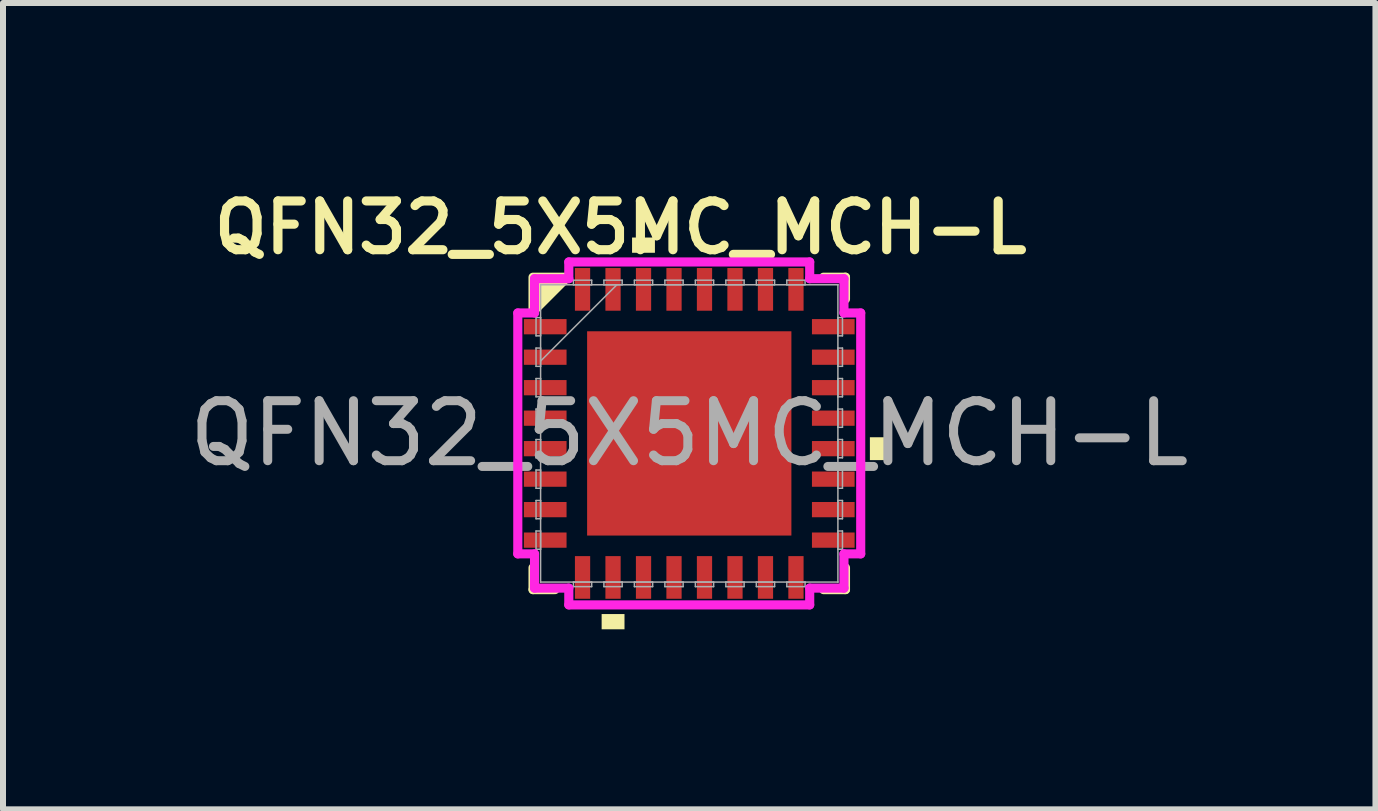
<source format=kicad_pcb>
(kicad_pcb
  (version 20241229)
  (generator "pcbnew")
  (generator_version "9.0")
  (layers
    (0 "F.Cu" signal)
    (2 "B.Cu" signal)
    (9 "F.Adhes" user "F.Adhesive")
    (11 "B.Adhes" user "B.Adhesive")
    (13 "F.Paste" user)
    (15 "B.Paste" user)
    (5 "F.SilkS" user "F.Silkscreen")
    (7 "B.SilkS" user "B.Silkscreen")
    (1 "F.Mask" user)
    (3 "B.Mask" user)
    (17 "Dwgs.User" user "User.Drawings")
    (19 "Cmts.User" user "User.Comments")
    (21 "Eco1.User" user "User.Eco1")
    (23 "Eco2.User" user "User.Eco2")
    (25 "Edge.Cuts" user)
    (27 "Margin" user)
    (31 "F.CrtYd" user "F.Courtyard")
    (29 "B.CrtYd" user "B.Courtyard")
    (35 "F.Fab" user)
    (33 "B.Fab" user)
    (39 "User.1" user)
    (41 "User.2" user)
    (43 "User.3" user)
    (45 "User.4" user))
  (footprint "QFN32_5X5MC_MCH-L"
    (layer "F.Cu")
    (at 8.435 4.172)
    (property "Reference" "QFN32_5X5MC_MCH-L" (at -1.143 -3.429 0) (unlocked yes) (layer "F.SilkS") (effects (font (size 0.813 0.813) (thickness 0.152) (bold yes))))
    (attr smd)
    (fp_poly (pts (xy -1.765 -1.765) (xy -1.381 -1.765) (xy -1.381 1.765) (xy -1.765 1.765)) (stroke (width 0) (type solid)) (fill yes) (layer "F.Mask"))
    (fp_poly (pts (xy -1.765 -1.765) (xy 1.765 -1.765) (xy 1.765 -1.381) (xy -1.765 -1.381)) (stroke (width 0) (type solid)) (fill yes) (layer "F.Mask"))
    (fp_poly (pts (xy -1.765 -0.981) (xy 1.765 -0.981) (xy 1.765 -0.594) (xy -1.765 -0.594)) (stroke (width 0) (type solid)) (fill yes) (layer "F.Mask"))
    (fp_poly (pts (xy -1.765 -0.194) (xy 1.765 -0.194) (xy 1.765 0.194) (xy -1.765 0.194)) (stroke (width 0) (type solid)) (fill yes) (layer "F.Mask"))
    (fp_poly (pts (xy -1.765 0.594) (xy 1.765 0.594) (xy 1.765 0.981) (xy -1.765 0.981)) (stroke (width 0) (type solid)) (fill yes) (layer "F.Mask"))
    (fp_poly (pts (xy -1.765 1.381) (xy 1.765 1.381) (xy 1.765 1.765) (xy -1.765 1.765)) (stroke (width 0) (type solid)) (fill yes) (layer "F.Mask"))
    (fp_poly (pts (xy -0.594 -1.765) (xy -0.981 -1.765) (xy -0.981 1.765) (xy -0.594 1.765)) (stroke (width 0) (type solid)) (fill yes) (layer "F.Mask"))
    (fp_poly (pts (xy 0.194 -1.765) (xy -0.194 -1.765) (xy -0.194 1.765) (xy 0.194 1.765)) (stroke (width 0) (type solid)) (fill yes) (layer "F.Mask"))
    (fp_poly (pts (xy 0.981 -1.765) (xy 0.594 -1.765) (xy 0.594 1.765) (xy 0.981 1.765)) (stroke (width 0) (type solid)) (fill yes) (layer "F.Mask"))
    (fp_poly (pts (xy 1.381 -1.765) (xy 1.765 -1.765) (xy 1.765 1.765) (xy 1.381 1.765)) (stroke (width 0) (type solid)) (fill yes) (layer "F.Mask"))
    (fp_line (start -2.603 2.238) (end -2.603 2.603) (stroke (width 0.152) (type solid)) (layer "F.SilkS"))
    (fp_line (start -2.603 2.603) (end -2.238 2.603) (stroke (width 0.152) (type solid)) (layer "F.SilkS"))
    (fp_line (start 2.238 2.603) (end 2.603 2.603) (stroke (width 0.152) (type solid)) (layer "F.SilkS"))
    (fp_line (start 2.603 -2.603) (end 2.238 -2.603) (stroke (width 0.152) (type solid)) (layer "F.SilkS"))
    (fp_line (start 2.603 -2.238) (end 2.603 -2.603) (stroke (width 0.152) (type solid)) (layer "F.SilkS"))
    (fp_line (start 2.603 2.603) (end 2.603 2.238) (stroke (width 0.152) (type solid)) (layer "F.SilkS"))
    (fp_poly (pts (xy -2.032 -2.603) (xy -2.603 -2.032) (xy -2.603 -2.603)) (stroke (width 0.152) (type solid)) (fill yes) (layer "F.SilkS"))
    (fp_poly (pts (xy -1.46 3.01) (xy -1.46 3.264) (xy -1.079 3.264) (xy -1.079 3.01)) (stroke (width 0) (type solid)) (fill yes) (layer "F.SilkS"))
    (fp_poly (pts (xy -0.953 -3.01) (xy -0.953 -3.264) (xy -0.572 -3.264) (xy -0.572 -3.01)) (stroke (width 0) (type solid)) (fill yes) (layer "F.SilkS"))
    (fp_poly (pts (xy 3.264 0.064) (xy 3.264 0.445) (xy 3.01 0.445) (xy 3.01 0.064)) (stroke (width 0) (type solid)) (fill yes) (layer "F.SilkS"))
    (fp_poly (pts (xy -1.627 -1.627) (xy -1.627 -1.281) (xy -1.423 -1.281) (xy -1.281 -1.423) (xy -1.281 -1.627)) (stroke (width 0) (type solid)) (fill yes) (layer "F.Paste"))
    (fp_poly (pts (xy -1.627 1.281) (xy -1.627 1.627) (xy -1.281 1.627) (xy -1.281 1.423) (xy -1.423 1.281)) (stroke (width 0) (type solid)) (fill yes) (layer "F.Paste"))
    (fp_poly (pts (xy 1.281 -1.627) (xy 1.281 -1.423) (xy 1.423 -1.281) (xy 1.627 -1.281) (xy 1.627 -1.627)) (stroke (width 0) (type solid)) (fill yes) (layer "F.Paste"))
    (fp_poly (pts (xy 1.423 1.281) (xy 1.281 1.423) (xy 1.281 1.627) (xy 1.627 1.627) (xy 1.627 1.281)) (stroke (width 0) (type solid)) (fill yes) (layer "F.Paste"))
    (fp_poly (pts (xy -1.627 -1.081) (xy -1.627 -0.494) (xy -1.423 -0.494) (xy -1.281 -0.635) (xy -1.281 -0.94) (xy -1.423 -1.081)) (stroke (width 0) (type solid)) (fill yes) (layer "F.Paste"))
    (fp_poly (pts (xy -1.627 -0.294) (xy -1.627 0.294) (xy -1.423 0.294) (xy -1.281 0.152) (xy -1.281 -0.152) (xy -1.423 -0.294)) (stroke (width 0) (type solid)) (fill yes) (layer "F.Paste"))
    (fp_poly (pts (xy -1.627 0.494) (xy -1.627 1.081) (xy -1.423 1.081) (xy -1.281 0.94) (xy -1.281 0.635) (xy -1.423 0.494)) (stroke (width 0) (type solid)) (fill yes) (layer "F.Paste"))
    (fp_poly (pts (xy -1.081 -1.627) (xy -1.081 -1.423) (xy -0.94 -1.281) (xy -0.635 -1.281) (xy -0.494 -1.423) (xy -0.494 -1.627)) (stroke (width 0) (type solid)) (fill yes) (layer "F.Paste"))
    (fp_poly (pts (xy -0.94 1.281) (xy -1.081 1.423) (xy -1.081 1.627) (xy -0.494 1.627) (xy -0.494 1.423) (xy -0.635 1.281)) (stroke (width 0) (type solid)) (fill yes) (layer "F.Paste"))
    (fp_poly (pts (xy -0.294 -1.627) (xy -0.294 -1.423) (xy -0.152 -1.281) (xy 0.152 -1.281) (xy 0.294 -1.423) (xy 0.294 -1.627)) (stroke (width 0) (type solid)) (fill yes) (layer "F.Paste"))
    (fp_poly (pts (xy -0.152 1.281) (xy -0.294 1.423) (xy -0.294 1.627) (xy 0.294 1.627) (xy 0.294 1.423) (xy 0.152 1.281)) (stroke (width 0) (type solid)) (fill yes) (layer "F.Paste"))
    (fp_poly (pts (xy 0.494 -1.627) (xy 0.494 -1.423) (xy 0.635 -1.281) (xy 0.94 -1.281) (xy 1.081 -1.423) (xy 1.081 -1.627)) (stroke (width 0) (type solid)) (fill yes) (layer "F.Paste"))
    (fp_poly (pts (xy 0.635 1.281) (xy 0.494 1.423) (xy 0.494 1.627) (xy 1.081 1.627) (xy 1.081 1.423) (xy 0.94 1.281)) (stroke (width 0) (type solid)) (fill yes) (layer "F.Paste"))
    (fp_poly (pts (xy 1.423 -1.081) (xy 1.281 -0.94) (xy 1.281 -0.635) (xy 1.423 -0.494) (xy 1.627 -0.494) (xy 1.627 -1.081)) (stroke (width 0) (type solid)) (fill yes) (layer "F.Paste"))
    (fp_poly (pts (xy 1.423 -0.294) (xy 1.281 -0.152) (xy 1.281 0.152) (xy 1.423 0.294) (xy 1.627 0.294) (xy 1.627 -0.294)) (stroke (width 0) (type solid)) (fill yes) (layer "F.Paste"))
    (fp_poly (pts (xy 1.423 0.494) (xy 1.281 0.635) (xy 1.281 0.94) (xy 1.423 1.081) (xy 1.627 1.081) (xy 1.627 0.494)) (stroke (width 0) (type solid)) (fill yes) (layer "F.Paste"))
    (fp_poly (pts (xy -0.94 -1.081) (xy -1.081 -0.94) (xy -1.081 -0.635) (xy -0.94 -0.494) (xy -0.635 -0.494) (xy -0.494 -0.635) (xy -0.494 -0.94) (xy -0.635 -1.081)) (stroke (width 0) (type solid)) (fill yes) (layer "F.Paste"))
    (fp_poly (pts (xy -0.94 -0.294) (xy -1.081 -0.152) (xy -1.081 0.152) (xy -0.94 0.294) (xy -0.635 0.294) (xy -0.494 0.152) (xy -0.494 -0.152) (xy -0.635 -0.294)) (stroke (width 0) (type solid)) (fill yes) (layer "F.Paste"))
    (fp_poly (pts (xy -0.94 0.494) (xy -1.081 0.635) (xy -1.081 0.94) (xy -0.94 1.081) (xy -0.635 1.081) (xy -0.494 0.94) (xy -0.494 0.635) (xy -0.635 0.494)) (stroke (width 0) (type solid)) (fill yes) (layer "F.Paste"))
    (fp_poly (pts (xy -0.152 -1.081) (xy -0.294 -0.94) (xy -0.294 -0.635) (xy -0.152 -0.494) (xy 0.152 -0.494) (xy 0.294 -0.635) (xy 0.294 -0.94) (xy 0.152 -1.081)) (stroke (width 0) (type solid)) (fill yes) (layer "F.Paste"))
    (fp_poly (pts (xy -0.152 -0.294) (xy -0.294 -0.152) (xy -0.294 0.152) (xy -0.152 0.294) (xy 0.152 0.294) (xy 0.294 0.152) (xy 0.294 -0.152) (xy 0.152 -0.294)) (stroke (width 0) (type solid)) (fill yes) (layer "F.Paste"))
    (fp_poly (pts (xy -0.152 0.494) (xy -0.294 0.635) (xy -0.294 0.94) (xy -0.152 1.081) (xy 0.152 1.081) (xy 0.294 0.94) (xy 0.294 0.635) (xy 0.152 0.494)) (stroke (width 0) (type solid)) (fill yes) (layer "F.Paste"))
    (fp_poly (pts (xy 0.635 -1.081) (xy 0.494 -0.94) (xy 0.494 -0.635) (xy 0.635 -0.494) (xy 0.94 -0.494) (xy 1.081 -0.635) (xy 1.081 -0.94) (xy 0.94 -1.081)) (stroke (width 0) (type solid)) (fill yes) (layer "F.Paste"))
    (fp_poly (pts (xy 0.635 -0.294) (xy 0.494 -0.152) (xy 0.494 0.152) (xy 0.635 0.294) (xy 0.94 0.294) (xy 1.081 0.152) (xy 1.081 -0.152) (xy 0.94 -0.294)) (stroke (width 0) (type solid)) (fill yes) (layer "F.Paste"))
    (fp_poly (pts (xy 0.635 0.494) (xy 0.494 0.635) (xy 0.494 0.94) (xy 0.635 1.081) (xy 0.94 1.081) (xy 1.081 0.94) (xy 1.081 0.635) (xy 0.94 0.494)) (stroke (width 0) (type solid)) (fill yes) (layer "F.Paste"))
    (fp_circle (center -1.181 -1.181) (end -0.8 -1.181) (stroke (width 0.254) (type solid)) (fill no) (layer "Eco1.User"))
    (fp_circle (center -1.181 -0.394) (end -0.8 -0.394) (stroke (width 0.254) (type solid)) (fill no) (layer "Eco1.User"))
    (fp_circle (center -1.181 0.394) (end -0.8 0.394) (stroke (width 0.254) (type solid)) (fill no) (layer "Eco1.User"))
    (fp_circle (center -1.181 1.181) (end -0.8 1.181) (stroke (width 0.254) (type solid)) (fill no) (layer "Eco1.User"))
    (fp_circle (center -0.394 -1.181) (end -0.013 -1.181) (stroke (width 0.254) (type solid)) (fill no) (layer "Eco1.User"))
    (fp_circle (center -0.394 -0.394) (end -0.013 -0.394) (stroke (width 0.254) (type solid)) (fill no) (layer "Eco1.User"))
    (fp_circle (center -0.394 0.394) (end -0.013 0.394) (stroke (width 0.254) (type solid)) (fill no) (layer "Eco1.User"))
    (fp_circle (center -0.394 1.181) (end -0.013 1.181) (stroke (width 0.254) (type solid)) (fill no) (layer "Eco1.User"))
    (fp_circle (center 0.394 -1.181) (end 0.775 -1.181) (stroke (width 0.254) (type solid)) (fill no) (layer "Eco1.User"))
    (fp_circle (center 0.394 -0.394) (end 0.775 -0.394) (stroke (width 0.254) (type solid)) (fill no) (layer "Eco1.User"))
    (fp_circle (center 0.394 0.394) (end 0.775 0.394) (stroke (width 0.254) (type solid)) (fill no) (layer "Eco1.User"))
    (fp_circle (center 0.394 1.181) (end 0.775 1.181) (stroke (width 0.254) (type solid)) (fill no) (layer "Eco1.User"))
    (fp_circle (center 1.181 -1.181) (end 1.562 -1.181) (stroke (width 0.254) (type solid)) (fill no) (layer "Eco1.User"))
    (fp_circle (center 1.181 -0.394) (end 1.562 -0.394) (stroke (width 0.254) (type solid)) (fill no) (layer "Eco1.User"))
    (fp_circle (center 1.181 0.394) (end 1.562 0.394) (stroke (width 0.254) (type solid)) (fill no) (layer "Eco1.User"))
    (fp_circle (center 1.181 1.181) (end 1.562 1.181) (stroke (width 0.254) (type solid)) (fill no) (layer "Eco1.User"))
    (fp_line (start -2.857 -2.007) (end -2.578 -2.007) (stroke (width 0.152) (type solid)) (layer "F.CrtYd"))
    (fp_line (start -2.857 2.007) (end -2.857 -2.007) (stroke (width 0.152) (type solid)) (layer "F.CrtYd"))
    (fp_line (start -2.578 -2.578) (end -2.007 -2.578) (stroke (width 0.152) (type solid)) (layer "F.CrtYd"))
    (fp_line (start -2.578 -2.007) (end -2.578 -2.578) (stroke (width 0.152) (type solid)) (layer "F.CrtYd"))
    (fp_line (start -2.578 2.007) (end -2.857 2.007) (stroke (width 0.152) (type solid)) (layer "F.CrtYd"))
    (fp_line (start -2.578 2.578) (end -2.578 2.007) (stroke (width 0.152) (type solid)) (layer "F.CrtYd"))
    (fp_line (start -2.007 -2.857) (end 2.007 -2.857) (stroke (width 0.152) (type solid)) (layer "F.CrtYd"))
    (fp_line (start -2.007 -2.578) (end -2.007 -2.857) (stroke (width 0.152) (type solid)) (layer "F.CrtYd"))
    (fp_line (start -2.007 2.578) (end -2.578 2.578) (stroke (width 0.152) (type solid)) (layer "F.CrtYd"))
    (fp_line (start -2.007 2.857) (end -2.007 2.578) (stroke (width 0.152) (type solid)) (layer "F.CrtYd"))
    (fp_line (start 2.007 -2.857) (end 2.007 -2.578) (stroke (width 0.152) (type solid)) (layer "F.CrtYd"))
    (fp_line (start 2.007 -2.578) (end 2.578 -2.578) (stroke (width 0.152) (type solid)) (layer "F.CrtYd"))
    (fp_line (start 2.007 2.578) (end 2.007 2.857) (stroke (width 0.152) (type solid)) (layer "F.CrtYd"))
    (fp_line (start 2.007 2.857) (end -2.007 2.857) (stroke (width 0.152) (type solid)) (layer "F.CrtYd"))
    (fp_line (start 2.578 -2.578) (end 2.578 -2.007) (stroke (width 0.152) (type solid)) (layer "F.CrtYd"))
    (fp_line (start 2.578 -2.007) (end 2.857 -2.007) (stroke (width 0.152) (type solid)) (layer "F.CrtYd"))
    (fp_line (start 2.578 2.007) (end 2.578 2.578) (stroke (width 0.152) (type solid)) (layer "F.CrtYd"))
    (fp_line (start 2.578 2.578) (end 2.007 2.578) (stroke (width 0.152) (type solid)) (layer "F.CrtYd"))
    (fp_line (start 2.857 -2.007) (end 2.857 2.007) (stroke (width 0.152) (type solid)) (layer "F.CrtYd"))
    (fp_line (start 2.857 2.007) (end 2.578 2.007) (stroke (width 0.152) (type solid)) (layer "F.CrtYd"))
    (fp_line (start -2.553 -1.93) (end -2.553 -1.626) (stroke (width 0.025) (type solid)) (layer "F.Fab"))
    (fp_line (start -2.553 -1.626) (end -2.477 -1.626) (stroke (width 0.025) (type solid)) (layer "F.Fab"))
    (fp_line (start -2.553 -1.422) (end -2.553 -1.118) (stroke (width 0.025) (type solid)) (layer "F.Fab"))
    (fp_line (start -2.553 -1.118) (end -2.477 -1.118) (stroke (width 0.025) (type solid)) (layer "F.Fab"))
    (fp_line (start -2.553 -0.914) (end -2.553 -0.61) (stroke (width 0.025) (type solid)) (layer "F.Fab"))
    (fp_line (start -2.553 -0.61) (end -2.477 -0.61) (stroke (width 0.025) (type solid)) (layer "F.Fab"))
    (fp_line (start -2.553 -0.406) (end -2.553 -0.102) (stroke (width 0.025) (type solid)) (layer "F.Fab"))
    (fp_line (start -2.553 -0.102) (end -2.477 -0.102) (stroke (width 0.025) (type solid)) (layer "F.Fab"))
    (fp_line (start -2.553 0.102) (end -2.553 0.406) (stroke (width 0.025) (type solid)) (layer "F.Fab"))
    (fp_line (start -2.553 0.406) (end -2.477 0.406) (stroke (width 0.025) (type solid)) (layer "F.Fab"))
    (fp_line (start -2.553 0.61) (end -2.553 0.914) (stroke (width 0.025) (type solid)) (layer "F.Fab"))
    (fp_line (start -2.553 0.914) (end -2.477 0.914) (stroke (width 0.025) (type solid)) (layer "F.Fab"))
    (fp_line (start -2.553 1.118) (end -2.553 1.422) (stroke (width 0.025) (type solid)) (layer "F.Fab"))
    (fp_line (start -2.553 1.422) (end -2.477 1.422) (stroke (width 0.025) (type solid)) (layer "F.Fab"))
    (fp_line (start -2.553 1.626) (end -2.553 1.93) (stroke (width 0.025) (type solid)) (layer "F.Fab"))
    (fp_line (start -2.553 1.93) (end -2.477 1.93) (stroke (width 0.025) (type solid)) (layer "F.Fab"))
    (fp_line (start -2.477 -2.477) (end -2.477 -2.477) (stroke (width 0.025) (type solid)) (layer "F.Fab"))
    (fp_line (start -2.477 -2.477) (end -2.477 2.477) (stroke (width 0.025) (type solid)) (layer "F.Fab"))
    (fp_line (start -2.477 -1.93) (end -2.553 -1.93) (stroke (width 0.025) (type solid)) (layer "F.Fab"))
    (fp_line (start -2.477 -1.626) (end -2.477 -1.93) (stroke (width 0.025) (type solid)) (layer "F.Fab"))
    (fp_line (start -2.477 -1.422) (end -2.553 -1.422) (stroke (width 0.025) (type solid)) (layer "F.Fab"))
    (fp_line (start -2.477 -1.206) (end -1.206 -2.477) (stroke (width 0.025) (type solid)) (layer "F.Fab"))
    (fp_line (start -2.477 -1.118) (end -2.477 -1.422) (stroke (width 0.025) (type solid)) (layer "F.Fab"))
    (fp_line (start -2.477 -0.914) (end -2.553 -0.914) (stroke (width 0.025) (type solid)) (layer "F.Fab"))
    (fp_line (start -2.477 -0.61) (end -2.477 -0.914) (stroke (width 0.025) (type solid)) (layer "F.Fab"))
    (fp_line (start -2.477 -0.406) (end -2.553 -0.406) (stroke (width 0.025) (type solid)) (layer "F.Fab"))
    (fp_line (start -2.477 -0.102) (end -2.477 -0.406) (stroke (width 0.025) (type solid)) (layer "F.Fab"))
    (fp_line (start -2.477 0.102) (end -2.553 0.102) (stroke (width 0.025) (type solid)) (layer "F.Fab"))
    (fp_line (start -2.477 0.406) (end -2.477 0.102) (stroke (width 0.025) (type solid)) (layer "F.Fab"))
    (fp_line (start -2.477 0.61) (end -2.553 0.61) (stroke (width 0.025) (type solid)) (layer "F.Fab"))
    (fp_line (start -2.477 0.914) (end -2.477 0.61) (stroke (width 0.025) (type solid)) (layer "F.Fab"))
    (fp_line (start -2.477 1.118) (end -2.553 1.118) (stroke (width 0.025) (type solid)) (layer "F.Fab"))
    (fp_line (start -2.477 1.422) (end -2.477 1.118) (stroke (width 0.025) (type solid)) (layer "F.Fab"))
    (fp_line (start -2.477 1.626) (end -2.553 1.626) (stroke (width 0.025) (type solid)) (layer "F.Fab"))
    (fp_line (start -2.477 1.93) (end -2.477 1.626) (stroke (width 0.025) (type solid)) (layer "F.Fab"))
    (fp_line (start -2.477 2.477) (end -2.477 2.477) (stroke (width 0.025) (type solid)) (layer "F.Fab"))
    (fp_line (start -2.477 2.477) (end 2.477 2.477) (stroke (width 0.025) (type solid)) (layer "F.Fab"))
    (fp_line (start -1.93 -2.553) (end -1.93 -2.477) (stroke (width 0.025) (type solid)) (layer "F.Fab"))
    (fp_line (start -1.93 -2.477) (end -1.626 -2.477) (stroke (width 0.025) (type solid)) (layer "F.Fab"))
    (fp_line (start -1.93 2.477) (end -1.93 2.553) (stroke (width 0.025) (type solid)) (layer "F.Fab"))
    (fp_line (start -1.93 2.553) (end -1.626 2.553) (stroke (width 0.025) (type solid)) (layer "F.Fab"))
    (fp_line (start -1.626 -2.553) (end -1.93 -2.553) (stroke (width 0.025) (type solid)) (layer "F.Fab"))
    (fp_line (start -1.626 -2.477) (end -1.626 -2.553) (stroke (width 0.025) (type solid)) (layer "F.Fab"))
    (fp_line (start -1.626 2.477) (end -1.93 2.477) (stroke (width 0.025) (type solid)) (layer "F.Fab"))
    (fp_line (start -1.626 2.553) (end -1.626 2.477) (stroke (width 0.025) (type solid)) (layer "F.Fab"))
    (fp_line (start -1.422 -2.553) (end -1.422 -2.477) (stroke (width 0.025) (type solid)) (layer "F.Fab"))
    (fp_line (start -1.422 -2.477) (end -1.118 -2.477) (stroke (width 0.025) (type solid)) (layer "F.Fab"))
    (fp_line (start -1.422 2.477) (end -1.422 2.553) (stroke (width 0.025) (type solid)) (layer "F.Fab"))
    (fp_line (start -1.422 2.553) (end -1.118 2.553) (stroke (width 0.025) (type solid)) (layer "F.Fab"))
    (fp_line (start -1.118 -2.553) (end -1.422 -2.553) (stroke (width 0.025) (type solid)) (layer "F.Fab"))
    (fp_line (start -1.118 -2.477) (end -1.118 -2.553) (stroke (width 0.025) (type solid)) (layer "F.Fab"))
    (fp_line (start -1.118 2.477) (end -1.422 2.477) (stroke (width 0.025) (type solid)) (layer "F.Fab"))
    (fp_line (start -1.118 2.553) (end -1.118 2.477) (stroke (width 0.025) (type solid)) (layer "F.Fab"))
    (fp_line (start -0.914 -2.553) (end -0.914 -2.477) (stroke (width 0.025) (type solid)) (layer "F.Fab"))
    (fp_line (start -0.914 -2.477) (end -0.61 -2.477) (stroke (width 0.025) (type solid)) (layer "F.Fab"))
    (fp_line (start -0.914 2.477) (end -0.914 2.553) (stroke (width 0.025) (type solid)) (layer "F.Fab"))
    (fp_line (start -0.914 2.553) (end -0.61 2.553) (stroke (width 0.025) (type solid)) (layer "F.Fab"))
    (fp_line (start -0.61 -2.553) (end -0.914 -2.553) (stroke (width 0.025) (type solid)) (layer "F.Fab"))
    (fp_line (start -0.61 -2.477) (end -0.61 -2.553) (stroke (width 0.025) (type solid)) (layer "F.Fab"))
    (fp_line (start -0.61 2.477) (end -0.914 2.477) (stroke (width 0.025) (type solid)) (layer "F.Fab"))
    (fp_line (start -0.61 2.553) (end -0.61 2.477) (stroke (width 0.025) (type solid)) (layer "F.Fab"))
    (fp_line (start -0.406 -2.553) (end -0.406 -2.477) (stroke (width 0.025) (type solid)) (layer "F.Fab"))
    (fp_line (start -0.406 -2.477) (end -0.102 -2.477) (stroke (width 0.025) (type solid)) (layer "F.Fab"))
    (fp_line (start -0.406 2.477) (end -0.406 2.553) (stroke (width 0.025) (type solid)) (layer "F.Fab"))
    (fp_line (start -0.406 2.553) (end -0.102 2.553) (stroke (width 0.025) (type solid)) (layer "F.Fab"))
    (fp_line (start -0.102 -2.553) (end -0.406 -2.553) (stroke (width 0.025) (type solid)) (layer "F.Fab"))
    (fp_line (start -0.102 -2.477) (end -0.102 -2.553) (stroke (width 0.025) (type solid)) (layer "F.Fab"))
    (fp_line (start -0.102 2.477) (end -0.406 2.477) (stroke (width 0.025) (type solid)) (layer "F.Fab"))
    (fp_line (start -0.102 2.553) (end -0.102 2.477) (stroke (width 0.025) (type solid)) (layer "F.Fab"))
    (fp_line (start 0.102 -2.553) (end 0.102 -2.477) (stroke (width 0.025) (type solid)) (layer "F.Fab"))
    (fp_line (start 0.102 -2.477) (end 0.406 -2.477) (stroke (width 0.025) (type solid)) (layer "F.Fab"))
    (fp_line (start 0.102 2.477) (end 0.102 2.553) (stroke (width 0.025) (type solid)) (layer "F.Fab"))
    (fp_line (start 0.102 2.553) (end 0.406 2.553) (stroke (width 0.025) (type solid)) (layer "F.Fab"))
    (fp_line (start 0.406 -2.553) (end 0.102 -2.553) (stroke (width 0.025) (type solid)) (layer "F.Fab"))
    (fp_line (start 0.406 -2.477) (end 0.406 -2.553) (stroke (width 0.025) (type solid)) (layer "F.Fab"))
    (fp_line (start 0.406 2.477) (end 0.102 2.477) (stroke (width 0.025) (type solid)) (layer "F.Fab"))
    (fp_line (start 0.406 2.553) (end 0.406 2.477) (stroke (width 0.025) (type solid)) (layer "F.Fab"))
    (fp_line (start 0.61 -2.553) (end 0.61 -2.477) (stroke (width 0.025) (type solid)) (layer "F.Fab"))
    (fp_line (start 0.61 -2.477) (end 0.914 -2.477) (stroke (width 0.025) (type solid)) (layer "F.Fab"))
    (fp_line (start 0.61 2.477) (end 0.61 2.553) (stroke (width 0.025) (type solid)) (layer "F.Fab"))
    (fp_line (start 0.61 2.553) (end 0.914 2.553) (stroke (width 0.025) (type solid)) (layer "F.Fab"))
    (fp_line (start 0.914 -2.553) (end 0.61 -2.553) (stroke (width 0.025) (type solid)) (layer "F.Fab"))
    (fp_line (start 0.914 -2.477) (end 0.914 -2.553) (stroke (width 0.025) (type solid)) (layer "F.Fab"))
    (fp_line (start 0.914 2.477) (end 0.61 2.477) (stroke (width 0.025) (type solid)) (layer "F.Fab"))
    (fp_line (start 0.914 2.553) (end 0.914 2.477) (stroke (width 0.025) (type solid)) (layer "F.Fab"))
    (fp_line (start 1.118 -2.553) (end 1.118 -2.477) (stroke (width 0.025) (type solid)) (layer "F.Fab"))
    (fp_line (start 1.118 -2.477) (end 1.422 -2.477) (stroke (width 0.025) (type solid)) (layer "F.Fab"))
    (fp_line (start 1.118 2.477) (end 1.118 2.553) (stroke (width 0.025) (type solid)) (layer "F.Fab"))
    (fp_line (start 1.118 2.553) (end 1.422 2.553) (stroke (width 0.025) (type solid)) (layer "F.Fab"))
    (fp_line (start 1.422 -2.553) (end 1.118 -2.553) (stroke (width 0.025) (type solid)) (layer "F.Fab"))
    (fp_line (start 1.422 -2.477) (end 1.422 -2.553) (stroke (width 0.025) (type solid)) (layer "F.Fab"))
    (fp_line (start 1.422 2.477) (end 1.118 2.477) (stroke (width 0.025) (type solid)) (layer "F.Fab"))
    (fp_line (start 1.422 2.553) (end 1.422 2.477) (stroke (width 0.025) (type solid)) (layer "F.Fab"))
    (fp_line (start 1.626 -2.553) (end 1.626 -2.477) (stroke (width 0.025) (type solid)) (layer "F.Fab"))
    (fp_line (start 1.626 -2.477) (end 1.93 -2.477) (stroke (width 0.025) (type solid)) (layer "F.Fab"))
    (fp_line (start 1.626 2.477) (end 1.626 2.553) (stroke (width 0.025) (type solid)) (layer "F.Fab"))
    (fp_line (start 1.626 2.553) (end 1.93 2.553) (stroke (width 0.025) (type solid)) (layer "F.Fab"))
    (fp_line (start 1.93 -2.553) (end 1.626 -2.553) (stroke (width 0.025) (type solid)) (layer "F.Fab"))
    (fp_line (start 1.93 -2.477) (end 1.93 -2.553) (stroke (width 0.025) (type solid)) (layer "F.Fab"))
    (fp_line (start 1.93 2.477) (end 1.626 2.477) (stroke (width 0.025) (type solid)) (layer "F.Fab"))
    (fp_line (start 1.93 2.553) (end 1.93 2.477) (stroke (width 0.025) (type solid)) (layer "F.Fab"))
    (fp_line (start 2.477 -2.477) (end -2.477 -2.477) (stroke (width 0.025) (type solid)) (layer "F.Fab"))
    (fp_line (start 2.477 -2.477) (end 2.477 -2.477) (stroke (width 0.025) (type solid)) (layer "F.Fab"))
    (fp_line (start 2.477 -1.93) (end 2.477 -1.626) (stroke (width 0.025) (type solid)) (layer "F.Fab"))
    (fp_line (start 2.477 -1.626) (end 2.553 -1.626) (stroke (width 0.025) (type solid)) (layer "F.Fab"))
    (fp_line (start 2.477 -1.422) (end 2.477 -1.118) (stroke (width 0.025) (type solid)) (layer "F.Fab"))
    (fp_line (start 2.477 -1.118) (end 2.553 -1.118) (stroke (width 0.025) (type solid)) (layer "F.Fab"))
    (fp_line (start 2.477 -0.914) (end 2.477 -0.61) (stroke (width 0.025) (type solid)) (layer "F.Fab"))
    (fp_line (start 2.477 -0.61) (end 2.553 -0.61) (stroke (width 0.025) (type solid)) (layer "F.Fab"))
    (fp_line (start 2.477 -0.406) (end 2.477 -0.102) (stroke (width 0.025) (type solid)) (layer "F.Fab"))
    (fp_line (start 2.477 -0.102) (end 2.553 -0.102) (stroke (width 0.025) (type solid)) (layer "F.Fab"))
    (fp_line (start 2.477 0.102) (end 2.477 0.406) (stroke (width 0.025) (type solid)) (layer "F.Fab"))
    (fp_line (start 2.477 0.406) (end 2.553 0.406) (stroke (width 0.025) (type solid)) (layer "F.Fab"))
    (fp_line (start 2.477 0.61) (end 2.477 0.914) (stroke (width 0.025) (type solid)) (layer "F.Fab"))
    (fp_line (start 2.477 0.914) (end 2.553 0.914) (stroke (width 0.025) (type solid)) (layer "F.Fab"))
    (fp_line (start 2.477 1.118) (end 2.477 1.422) (stroke (width 0.025) (type solid)) (layer "F.Fab"))
    (fp_line (start 2.477 1.422) (end 2.553 1.422) (stroke (width 0.025) (type solid)) (layer "F.Fab"))
    (fp_line (start 2.477 1.626) (end 2.477 1.93) (stroke (width 0.025) (type solid)) (layer "F.Fab"))
    (fp_line (start 2.477 1.93) (end 2.553 1.93) (stroke (width 0.025) (type solid)) (layer "F.Fab"))
    (fp_line (start 2.477 2.477) (end 2.477 -2.477) (stroke (width 0.025) (type solid)) (layer "F.Fab"))
    (fp_line (start 2.477 2.477) (end 2.477 2.477) (stroke (width 0.025) (type solid)) (layer "F.Fab"))
    (fp_line (start 2.553 -1.93) (end 2.477 -1.93) (stroke (width 0.025) (type solid)) (layer "F.Fab"))
    (fp_line (start 2.553 -1.626) (end 2.553 -1.93) (stroke (width 0.025) (type solid)) (layer "F.Fab"))
    (fp_line (start 2.553 -1.422) (end 2.477 -1.422) (stroke (width 0.025) (type solid)) (layer "F.Fab"))
    (fp_line (start 2.553 -1.118) (end 2.553 -1.422) (stroke (width 0.025) (type solid)) (layer "F.Fab"))
    (fp_line (start 2.553 -0.914) (end 2.477 -0.914) (stroke (width 0.025) (type solid)) (layer "F.Fab"))
    (fp_line (start 2.553 -0.61) (end 2.553 -0.914) (stroke (width 0.025) (type solid)) (layer "F.Fab"))
    (fp_line (start 2.553 -0.406) (end 2.477 -0.406) (stroke (width 0.025) (type solid)) (layer "F.Fab"))
    (fp_line (start 2.553 -0.102) (end 2.553 -0.406) (stroke (width 0.025) (type solid)) (layer "F.Fab"))
    (fp_line (start 2.553 0.102) (end 2.477 0.102) (stroke (width 0.025) (type solid)) (layer "F.Fab"))
    (fp_line (start 2.553 0.406) (end 2.553 0.102) (stroke (width 0.025) (type solid)) (layer "F.Fab"))
    (fp_line (start 2.553 0.61) (end 2.477 0.61) (stroke (width 0.025) (type solid)) (layer "F.Fab"))
    (fp_line (start 2.553 0.914) (end 2.553 0.61) (stroke (width 0.025) (type solid)) (layer "F.Fab"))
    (fp_line (start 2.553 1.118) (end 2.477 1.118) (stroke (width 0.025) (type solid)) (layer "F.Fab"))
    (fp_line (start 2.553 1.422) (end 2.553 1.118) (stroke (width 0.025) (type solid)) (layer "F.Fab"))
    (fp_line (start 2.553 1.626) (end 2.477 1.626) (stroke (width 0.025) (type solid)) (layer "F.Fab"))
    (fp_line (start 2.553 1.93) (end 2.553 1.626) (stroke (width 0.025) (type solid)) (layer "F.Fab"))
    (fp_text user "${REFERENCE}" (at 0 0 0) (unlocked yes) (layer "F.Fab") (effects (font (size 1 1) (thickness 0.15))))
    (pad "1" smd rect (at -2.4 -1.778 90) (size 0.254 0.711) (layers "F.Cu" "F.Mask" "F.Paste"))
    (pad "2" smd rect (at -2.4 -1.27 90) (size 0.254 0.711) (layers "F.Cu" "F.Mask" "F.Paste"))
    (pad "3" smd rect (at -2.4 -0.762 90) (size 0.254 0.711) (layers "F.Cu" "F.Mask" "F.Paste"))
    (pad "4" smd rect (at -2.4 -0.254 90) (size 0.254 0.711) (layers "F.Cu" "F.Mask" "F.Paste"))
    (pad "5" smd rect (at -2.4 0.254 90) (size 0.254 0.711) (layers "F.Cu" "F.Mask" "F.Paste"))
    (pad "6" smd rect (at -2.4 0.762 90) (size 0.254 0.711) (layers "F.Cu" "F.Mask" "F.Paste"))
    (pad "7" smd rect (at -2.4 1.27 90) (size 0.254 0.711) (layers "F.Cu" "F.Mask" "F.Paste"))
    (pad "8" smd rect (at -2.4 1.778 90) (size 0.254 0.711) (layers "F.Cu" "F.Mask" "F.Paste"))
    (pad "9" smd rect (at -1.778 2.4) (size 0.254 0.711) (layers "F.Cu" "F.Mask" "F.Paste"))
    (pad "10" smd rect (at -1.27 2.4) (size 0.254 0.711) (layers "F.Cu" "F.Mask" "F.Paste"))
    (pad "11" smd rect (at -0.762 2.4) (size 0.254 0.711) (layers "F.Cu" "F.Mask" "F.Paste"))
    (pad "12" smd rect (at -0.254 2.4) (size 0.254 0.711) (layers "F.Cu" "F.Mask" "F.Paste"))
    (pad "13" smd rect (at 0.254 2.4) (size 0.254 0.711) (layers "F.Cu" "F.Mask" "F.Paste"))
    (pad "14" smd rect (at 0.762 2.4) (size 0.254 0.711) (layers "F.Cu" "F.Mask" "F.Paste"))
    (pad "15" smd rect (at 1.27 2.4) (size 0.254 0.711) (layers "F.Cu" "F.Mask" "F.Paste"))
    (pad "16" smd rect (at 1.778 2.4) (size 0.254 0.711) (layers "F.Cu" "F.Mask" "F.Paste"))
    (pad "17" smd rect (at 2.4 1.778 90) (size 0.254 0.711) (layers "F.Cu" "F.Mask" "F.Paste"))
    (pad "18" smd rect (at 2.4 1.27 90) (size 0.254 0.711) (layers "F.Cu" "F.Mask" "F.Paste"))
    (pad "19" smd rect (at 2.4 0.762 90) (size 0.254 0.711) (layers "F.Cu" "F.Mask" "F.Paste"))
    (pad "20" smd rect (at 2.4 0.254 90) (size 0.254 0.711) (layers "F.Cu" "F.Mask" "F.Paste"))
    (pad "21" smd rect (at 2.4 -0.254 90) (size 0.254 0.711) (layers "F.Cu" "F.Mask" "F.Paste"))
    (pad "22" smd rect (at 2.4 -0.762 90) (size 0.254 0.711) (layers "F.Cu" "F.Mask" "F.Paste"))
    (pad "23" smd rect (at 2.4 -1.27 90) (size 0.254 0.711) (layers "F.Cu" "F.Mask" "F.Paste"))
    (pad "24" smd rect (at 2.4 -1.778 90) (size 0.254 0.711) (layers "F.Cu" "F.Mask" "F.Paste"))
    (pad "25" smd rect (at 1.778 -2.4) (size 0.254 0.711) (layers "F.Cu" "F.Mask" "F.Paste"))
    (pad "26" smd rect (at 1.27 -2.4) (size 0.254 0.711) (layers "F.Cu" "F.Mask" "F.Paste"))
    (pad "27" smd rect (at 0.762 -2.4) (size 0.254 0.711) (layers "F.Cu" "F.Mask" "F.Paste"))
    (pad "28" smd rect (at 0.254 -2.4) (size 0.254 0.711) (layers "F.Cu" "F.Mask" "F.Paste"))
    (pad "29" smd rect (at -0.254 -2.4) (size 0.254 0.711) (layers "F.Cu" "F.Mask" "F.Paste"))
    (pad "30" smd rect (at -0.762 -2.4) (size 0.254 0.711) (layers "F.Cu" "F.Mask" "F.Paste"))
    (pad "31" smd rect (at -1.27 -2.4) (size 0.254 0.711) (layers "F.Cu" "F.Mask" "F.Paste"))
    (pad "32" smd rect (at -1.778 -2.4) (size 0.254 0.711) (layers "F.Cu" "F.Mask" "F.Paste"))
    (pad "33" smd rect (at 0 0) (size 3.404 3.404) (layers "F.Cu")))
  (gr_rect
    (start -3 -3)
    (end 19.869 10.436)
    (stroke (width 0.1) (type default))
    (fill no)
    (layer "Edge.Cuts")))
</source>
